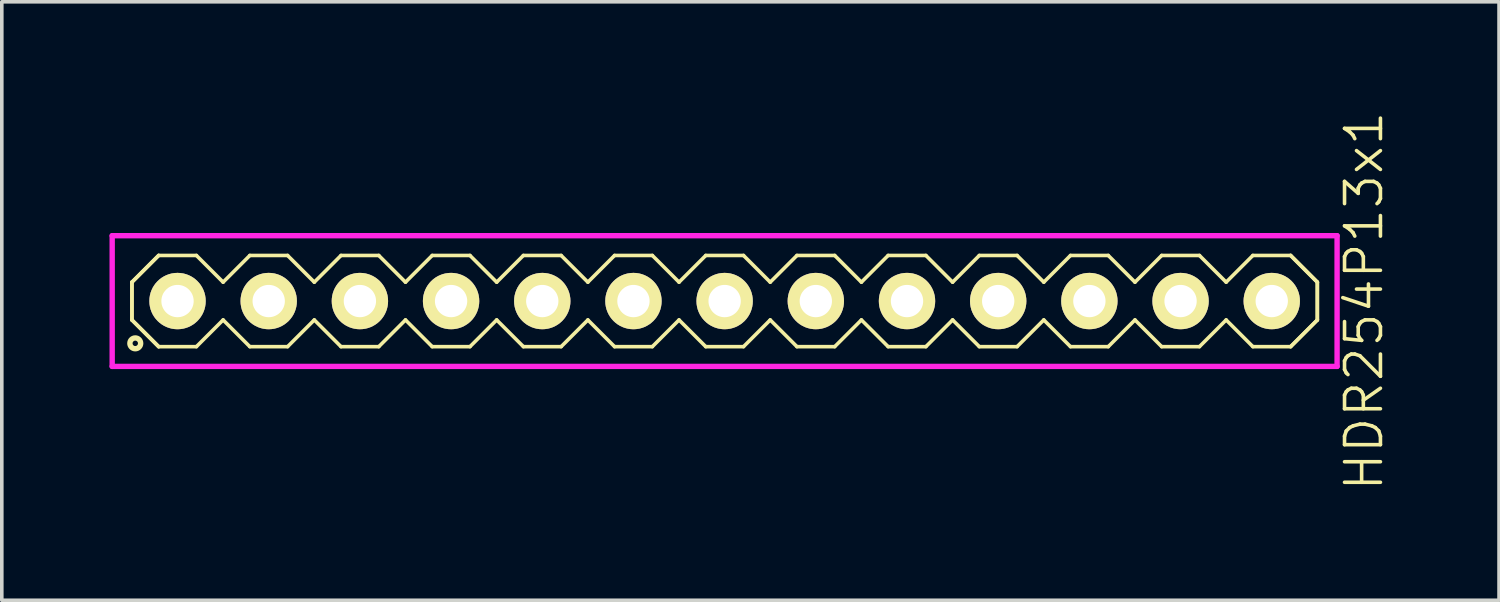
<source format=kicad_pcb>
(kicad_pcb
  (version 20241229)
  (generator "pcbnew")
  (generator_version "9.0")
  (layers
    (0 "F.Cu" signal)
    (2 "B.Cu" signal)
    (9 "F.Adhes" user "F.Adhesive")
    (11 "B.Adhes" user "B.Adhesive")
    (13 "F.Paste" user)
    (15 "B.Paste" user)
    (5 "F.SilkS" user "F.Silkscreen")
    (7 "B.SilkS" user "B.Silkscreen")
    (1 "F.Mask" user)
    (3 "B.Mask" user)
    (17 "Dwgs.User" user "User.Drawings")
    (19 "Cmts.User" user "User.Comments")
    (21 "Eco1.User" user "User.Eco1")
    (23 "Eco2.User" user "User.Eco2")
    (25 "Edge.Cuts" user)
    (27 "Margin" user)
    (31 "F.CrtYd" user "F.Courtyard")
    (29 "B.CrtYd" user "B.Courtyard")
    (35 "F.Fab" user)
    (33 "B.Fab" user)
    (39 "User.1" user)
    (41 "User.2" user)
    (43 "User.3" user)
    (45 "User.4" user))
  (footprint "HDR254P13x1"
    (layer "F.Cu")
    (at 17.135 5.336)
    (property "Reference" "HDR254P13x1" (at 17.81 0 90) (layer "F.SilkS") (effects (font (size 1 1) (thickness 0.1))))
    (attr through_hole)
    (fp_line (start -16.51 -0.526) (end -15.766 -1.27) (stroke (width 0.1) (type solid)) (layer "F.SilkS"))
    (fp_line (start -16.51 -0.526) (end -15.766 -1.27) (stroke (width 0.1) (type solid)) (layer "F.SilkS"))
    (fp_line (start -16.51 0.526) (end -16.51 -0.526) (stroke (width 0.1) (type solid)) (layer "F.SilkS"))
    (fp_line (start -16.51 0.526) (end -16.51 -0.526) (stroke (width 0.1) (type solid)) (layer "F.SilkS"))
    (fp_line (start -15.766 -1.27) (end -14.714 -1.27) (stroke (width 0.1) (type solid)) (layer "F.SilkS"))
    (fp_line (start -15.766 1.27) (end -16.51 0.526) (stroke (width 0.1) (type solid)) (layer "F.SilkS"))
    (fp_line (start -15.766 1.27) (end -16.51 0.526) (stroke (width 0.1) (type solid)) (layer "F.SilkS"))
    (fp_line (start -14.714 -1.27) (end -13.97 -0.526) (stroke (width 0.1) (type solid)) (layer "F.SilkS"))
    (fp_line (start -14.714 1.27) (end -15.766 1.27) (stroke (width 0.1) (type solid)) (layer "F.SilkS"))
    (fp_line (start -13.97 -0.526) (end -13.226 -1.27) (stroke (width 0.1) (type solid)) (layer "F.SilkS"))
    (fp_line (start -13.97 0.526) (end -14.714 1.27) (stroke (width 0.1) (type solid)) (layer "F.SilkS"))
    (fp_line (start -13.226 -1.27) (end -12.174 -1.27) (stroke (width 0.1) (type solid)) (layer "F.SilkS"))
    (fp_line (start -13.226 1.27) (end -13.97 0.526) (stroke (width 0.1) (type solid)) (layer "F.SilkS"))
    (fp_line (start -12.174 -1.27) (end -11.43 -0.526) (stroke (width 0.1) (type solid)) (layer "F.SilkS"))
    (fp_line (start -12.174 1.27) (end -13.226 1.27) (stroke (width 0.1) (type solid)) (layer "F.SilkS"))
    (fp_line (start -11.43 -0.526) (end -10.686 -1.27) (stroke (width 0.1) (type solid)) (layer "F.SilkS"))
    (fp_line (start -11.43 0.526) (end -12.174 1.27) (stroke (width 0.1) (type solid)) (layer "F.SilkS"))
    (fp_line (start -10.686 -1.27) (end -9.634 -1.27) (stroke (width 0.1) (type solid)) (layer "F.SilkS"))
    (fp_line (start -10.686 1.27) (end -11.43 0.526) (stroke (width 0.1) (type solid)) (layer "F.SilkS"))
    (fp_line (start -9.634 -1.27) (end -8.89 -0.526) (stroke (width 0.1) (type solid)) (layer "F.SilkS"))
    (fp_line (start -9.634 1.27) (end -10.686 1.27) (stroke (width 0.1) (type solid)) (layer "F.SilkS"))
    (fp_line (start -8.89 -0.526) (end -8.146 -1.27) (stroke (width 0.1) (type solid)) (layer "F.SilkS"))
    (fp_line (start -8.89 0.526) (end -9.634 1.27) (stroke (width 0.1) (type solid)) (layer "F.SilkS"))
    (fp_line (start -8.146 -1.27) (end -7.094 -1.27) (stroke (width 0.1) (type solid)) (layer "F.SilkS"))
    (fp_line (start -8.146 1.27) (end -8.89 0.526) (stroke (width 0.1) (type solid)) (layer "F.SilkS"))
    (fp_line (start -7.094 -1.27) (end -6.35 -0.526) (stroke (width 0.1) (type solid)) (layer "F.SilkS"))
    (fp_line (start -7.094 1.27) (end -8.146 1.27) (stroke (width 0.1) (type solid)) (layer "F.SilkS"))
    (fp_line (start -6.35 -0.526) (end -5.606 -1.27) (stroke (width 0.1) (type solid)) (layer "F.SilkS"))
    (fp_line (start -6.35 0.526) (end -7.094 1.27) (stroke (width 0.1) (type solid)) (layer "F.SilkS"))
    (fp_line (start -5.606 -1.27) (end -4.554 -1.27) (stroke (width 0.1) (type solid)) (layer "F.SilkS"))
    (fp_line (start -5.606 1.27) (end -6.35 0.526) (stroke (width 0.1) (type solid)) (layer "F.SilkS"))
    (fp_line (start -4.554 -1.27) (end -3.81 -0.526) (stroke (width 0.1) (type solid)) (layer "F.SilkS"))
    (fp_line (start -4.554 1.27) (end -5.606 1.27) (stroke (width 0.1) (type solid)) (layer "F.SilkS"))
    (fp_line (start -3.81 -0.526) (end -3.066 -1.27) (stroke (width 0.1) (type solid)) (layer "F.SilkS"))
    (fp_line (start -3.81 0.526) (end -4.554 1.27) (stroke (width 0.1) (type solid)) (layer "F.SilkS"))
    (fp_line (start -3.066 -1.27) (end -2.014 -1.27) (stroke (width 0.1) (type solid)) (layer "F.SilkS"))
    (fp_line (start -3.066 1.27) (end -3.81 0.526) (stroke (width 0.1) (type solid)) (layer "F.SilkS"))
    (fp_line (start -2.014 -1.27) (end -1.27 -0.526) (stroke (width 0.1) (type solid)) (layer "F.SilkS"))
    (fp_line (start -2.014 1.27) (end -3.066 1.27) (stroke (width 0.1) (type solid)) (layer "F.SilkS"))
    (fp_line (start -1.27 -0.526) (end -0.526 -1.27) (stroke (width 0.1) (type solid)) (layer "F.SilkS"))
    (fp_line (start -1.27 0.526) (end -2.014 1.27) (stroke (width 0.1) (type solid)) (layer "F.SilkS"))
    (fp_line (start -0.526 -1.27) (end 0.526 -1.27) (stroke (width 0.1) (type solid)) (layer "F.SilkS"))
    (fp_line (start -0.526 1.27) (end -1.27 0.526) (stroke (width 0.1) (type solid)) (layer "F.SilkS"))
    (fp_line (start 0.526 -1.27) (end 1.27 -0.526) (stroke (width 0.1) (type solid)) (layer "F.SilkS"))
    (fp_line (start 0.526 1.27) (end -0.526 1.27) (stroke (width 0.1) (type solid)) (layer "F.SilkS"))
    (fp_line (start 1.27 -0.526) (end 2.014 -1.27) (stroke (width 0.1) (type solid)) (layer "F.SilkS"))
    (fp_line (start 1.27 0.526) (end 0.526 1.27) (stroke (width 0.1) (type solid)) (layer "F.SilkS"))
    (fp_line (start 2.014 -1.27) (end 3.066 -1.27) (stroke (width 0.1) (type solid)) (layer "F.SilkS"))
    (fp_line (start 2.014 1.27) (end 1.27 0.526) (stroke (width 0.1) (type solid)) (layer "F.SilkS"))
    (fp_line (start 3.066 -1.27) (end 3.81 -0.526) (stroke (width 0.1) (type solid)) (layer "F.SilkS"))
    (fp_line (start 3.066 1.27) (end 2.014 1.27) (stroke (width 0.1) (type solid)) (layer "F.SilkS"))
    (fp_line (start 3.81 -0.526) (end 4.554 -1.27) (stroke (width 0.1) (type solid)) (layer "F.SilkS"))
    (fp_line (start 3.81 0.526) (end 3.066 1.27) (stroke (width 0.1) (type solid)) (layer "F.SilkS"))
    (fp_line (start 4.554 -1.27) (end 5.606 -1.27) (stroke (width 0.1) (type solid)) (layer "F.SilkS"))
    (fp_line (start 4.554 1.27) (end 3.81 0.526) (stroke (width 0.1) (type solid)) (layer "F.SilkS"))
    (fp_line (start 5.606 -1.27) (end 6.35 -0.526) (stroke (width 0.1) (type solid)) (layer "F.SilkS"))
    (fp_line (start 5.606 1.27) (end 4.554 1.27) (stroke (width 0.1) (type solid)) (layer "F.SilkS"))
    (fp_line (start 6.35 -0.526) (end 7.094 -1.27) (stroke (width 0.1) (type solid)) (layer "F.SilkS"))
    (fp_line (start 6.35 0.526) (end 5.606 1.27) (stroke (width 0.1) (type solid)) (layer "F.SilkS"))
    (fp_line (start 7.094 -1.27) (end 8.146 -1.27) (stroke (width 0.1) (type solid)) (layer "F.SilkS"))
    (fp_line (start 7.094 1.27) (end 6.35 0.526) (stroke (width 0.1) (type solid)) (layer "F.SilkS"))
    (fp_line (start 8.146 -1.27) (end 8.89 -0.526) (stroke (width 0.1) (type solid)) (layer "F.SilkS"))
    (fp_line (start 8.146 1.27) (end 7.094 1.27) (stroke (width 0.1) (type solid)) (layer "F.SilkS"))
    (fp_line (start 8.89 -0.526) (end 9.634 -1.27) (stroke (width 0.1) (type solid)) (layer "F.SilkS"))
    (fp_line (start 8.89 0.526) (end 8.146 1.27) (stroke (width 0.1) (type solid)) (layer "F.SilkS"))
    (fp_line (start 9.634 -1.27) (end 10.686 -1.27) (stroke (width 0.1) (type solid)) (layer "F.SilkS"))
    (fp_line (start 9.634 1.27) (end 8.89 0.526) (stroke (width 0.1) (type solid)) (layer "F.SilkS"))
    (fp_line (start 10.686 -1.27) (end 11.43 -0.526) (stroke (width 0.1) (type solid)) (layer "F.SilkS"))
    (fp_line (start 10.686 1.27) (end 9.634 1.27) (stroke (width 0.1) (type solid)) (layer "F.SilkS"))
    (fp_line (start 11.43 -0.526) (end 12.174 -1.27) (stroke (width 0.1) (type solid)) (layer "F.SilkS"))
    (fp_line (start 11.43 0.526) (end 10.686 1.27) (stroke (width 0.1) (type solid)) (layer "F.SilkS"))
    (fp_line (start 12.174 -1.27) (end 13.226 -1.27) (stroke (width 0.1) (type solid)) (layer "F.SilkS"))
    (fp_line (start 12.174 1.27) (end 11.43 0.526) (stroke (width 0.1) (type solid)) (layer "F.SilkS"))
    (fp_line (start 13.226 -1.27) (end 13.97 -0.526) (stroke (width 0.1) (type solid)) (layer "F.SilkS"))
    (fp_line (start 13.226 1.27) (end 12.174 1.27) (stroke (width 0.1) (type solid)) (layer "F.SilkS"))
    (fp_line (start 13.97 -0.526) (end 14.714 -1.27) (stroke (width 0.1) (type solid)) (layer "F.SilkS"))
    (fp_line (start 13.97 0.526) (end 13.226 1.27) (stroke (width 0.1) (type solid)) (layer "F.SilkS"))
    (fp_line (start 14.714 -1.27) (end 15.766 -1.27) (stroke (width 0.1) (type solid)) (layer "F.SilkS"))
    (fp_line (start 14.714 1.27) (end 13.97 0.526) (stroke (width 0.1) (type solid)) (layer "F.SilkS"))
    (fp_line (start 15.766 -1.27) (end 16.51 -0.526) (stroke (width 0.1) (type solid)) (layer "F.SilkS"))
    (fp_line (start 15.766 -1.27) (end 16.51 -0.526) (stroke (width 0.1) (type solid)) (layer "F.SilkS"))
    (fp_line (start 15.766 1.27) (end 14.714 1.27) (stroke (width 0.1) (type solid)) (layer "F.SilkS"))
    (fp_line (start 16.51 -0.526) (end 16.51 0.526) (stroke (width 0.1) (type solid)) (layer "F.SilkS"))
    (fp_line (start 16.51 -0.526) (end 16.51 0.526) (stroke (width 0.1) (type solid)) (layer "F.SilkS"))
    (fp_line (start 16.51 0.526) (end 15.766 1.27) (stroke (width 0.1) (type solid)) (layer "F.SilkS"))
    (fp_line (start 16.51 0.526) (end 15.766 1.27) (stroke (width 0.1) (type solid)) (layer "F.SilkS"))
    (fp_circle (center -16.417 1.178) (end -16.267 1.178) (stroke (width 0.15) (type solid)) (fill no) (layer "F.SilkS"))
    (fp_line (start -17.06 -1.82) (end -17.06 1.82) (stroke (width 0.15) (type solid)) (layer "F.CrtYd"))
    (fp_line (start -17.06 1.82) (end 17.06 1.82) (stroke (width 0.15) (type solid)) (layer "F.CrtYd"))
    (fp_line (start 17.06 -1.82) (end -17.06 -1.82) (stroke (width 0.15) (type solid)) (layer "F.CrtYd"))
    (fp_line (start 17.06 1.82) (end 17.06 -1.82) (stroke (width 0.15) (type solid)) (layer "F.CrtYd"))
    (pad "1" thru_hole oval (at -15.24 0) (size 1.57 1.57) (drill 0.9) (layers "*.Cu" "*.Mask" "F.SilkS"))
    (pad "2" thru_hole oval (at -12.7 0) (size 1.57 1.57) (drill 0.9) (layers "*.Cu" "*.Mask" "F.SilkS"))
    (pad "3" thru_hole oval (at -10.16 0) (size 1.57 1.57) (drill 0.9) (layers "*.Cu" "*.Mask" "F.SilkS"))
    (pad "4" thru_hole oval (at -7.62 0) (size 1.57 1.57) (drill 0.9) (layers "*.Cu" "*.Mask" "F.SilkS"))
    (pad "5" thru_hole oval (at -5.08 0) (size 1.57 1.57) (drill 0.9) (layers "*.Cu" "*.Mask" "F.SilkS"))
    (pad "6" thru_hole oval (at -2.54 0) (size 1.57 1.57) (drill 0.9) (layers "*.Cu" "*.Mask" "F.SilkS"))
    (pad "7" thru_hole oval (at 0 0) (size 1.57 1.57) (drill 0.9) (layers "*.Cu" "*.Mask" "F.SilkS"))
    (pad "8" thru_hole oval (at 2.54 0) (size 1.57 1.57) (drill 0.9) (layers "*.Cu" "*.Mask" "F.SilkS"))
    (pad "9" thru_hole oval (at 5.08 0) (size 1.57 1.57) (drill 0.9) (layers "*.Cu" "*.Mask" "F.SilkS"))
    (pad "10" thru_hole oval (at 7.62 0) (size 1.57 1.57) (drill 0.9) (layers "*.Cu" "*.Mask" "F.SilkS"))
    (pad "11" thru_hole oval (at 10.16 0) (size 1.57 1.57) (drill 0.9) (layers "*.Cu" "*.Mask" "F.SilkS"))
    (pad "12" thru_hole oval (at 12.7 0) (size 1.57 1.57) (drill 0.9) (layers "*.Cu" "*.Mask" "F.SilkS"))
    (pad "13" thru_hole oval (at 15.24 0) (size 1.57 1.57) (drill 0.9) (layers "*.Cu" "*.Mask" "F.SilkS")))
  (gr_rect
    (start -3 -3)
    (end 38.706 13.671)
    (stroke (width 0.1) (type default))
    (fill no)
    (layer "Edge.Cuts")))
</source>
